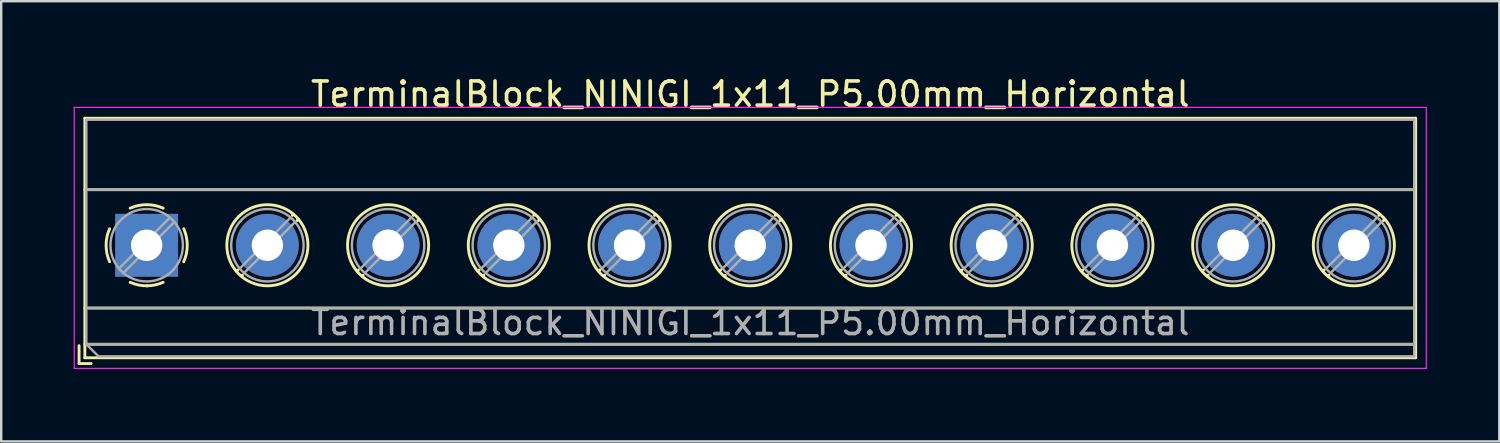
<source format=kicad_pcb>
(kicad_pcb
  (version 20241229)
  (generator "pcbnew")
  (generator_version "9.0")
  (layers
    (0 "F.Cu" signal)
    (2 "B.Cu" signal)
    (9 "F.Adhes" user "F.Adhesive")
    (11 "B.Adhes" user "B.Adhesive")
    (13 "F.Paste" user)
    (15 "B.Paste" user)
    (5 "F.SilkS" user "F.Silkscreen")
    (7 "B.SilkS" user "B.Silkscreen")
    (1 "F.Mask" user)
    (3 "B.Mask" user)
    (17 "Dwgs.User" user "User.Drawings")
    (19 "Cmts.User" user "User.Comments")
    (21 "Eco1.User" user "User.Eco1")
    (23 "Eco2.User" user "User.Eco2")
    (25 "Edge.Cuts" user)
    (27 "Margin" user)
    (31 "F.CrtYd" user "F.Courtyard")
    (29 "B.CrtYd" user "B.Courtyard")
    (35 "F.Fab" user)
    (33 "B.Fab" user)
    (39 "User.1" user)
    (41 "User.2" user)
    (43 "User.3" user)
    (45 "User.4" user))
  (footprint "TerminalBlock_NINIGI_1x11_P5.00mm_Horizontal"
    (layer "F.Cu")
    (at 3.025 7.108)
    (property "Reference" "TerminalBlock_NINIGI_1x11_P5.00mm_Horizontal" (at 25 -6.26 0) (layer "F.SilkS") (effects (font (size 1 1) (thickness 0.15))))
    (attr through_hole)
    (fp_line (start -2.8 4.16) (end -2.8 4.9) (stroke (width 0.12) (type solid)) (layer "F.SilkS"))
    (fp_line (start -2.8 4.9) (end -2.3 4.9) (stroke (width 0.12) (type solid)) (layer "F.SilkS"))
    (fp_line (start -2.56 -5.261) (end -2.56 4.66) (stroke (width 0.12) (type solid)) (layer "F.SilkS"))
    (fp_line (start -2.56 -5.261) (end 52.56 -5.261) (stroke (width 0.12) (type solid)) (layer "F.SilkS"))
    (fp_line (start -2.56 -2.301) (end 52.56 -2.301) (stroke (width 0.12) (type solid)) (layer "F.SilkS"))
    (fp_line (start -2.56 2.6) (end 52.56 2.6) (stroke (width 0.12) (type solid)) (layer "F.SilkS"))
    (fp_line (start -2.56 4.1) (end 52.56 4.1) (stroke (width 0.12) (type solid)) (layer "F.SilkS"))
    (fp_line (start -2.56 4.66) (end 52.56 4.66) (stroke (width 0.12) (type solid)) (layer "F.SilkS"))
    (fp_line (start 3.773 1.023) (end 3.726 1.069) (stroke (width 0.12) (type solid)) (layer "F.SilkS"))
    (fp_line (start 3.966 1.239) (end 3.931 1.274) (stroke (width 0.12) (type solid)) (layer "F.SilkS"))
    (fp_line (start 6.07 -1.275) (end 6.035 -1.239) (stroke (width 0.12) (type solid)) (layer "F.SilkS"))
    (fp_line (start 6.275 -1.069) (end 6.228 -1.023) (stroke (width 0.12) (type solid)) (layer "F.SilkS"))
    (fp_line (start 8.773 1.023) (end 8.726 1.069) (stroke (width 0.12) (type solid)) (layer "F.SilkS"))
    (fp_line (start 8.966 1.239) (end 8.931 1.274) (stroke (width 0.12) (type solid)) (layer "F.SilkS"))
    (fp_line (start 11.07 -1.275) (end 11.035 -1.239) (stroke (width 0.12) (type solid)) (layer "F.SilkS"))
    (fp_line (start 11.275 -1.069) (end 11.228 -1.023) (stroke (width 0.12) (type solid)) (layer "F.SilkS"))
    (fp_line (start 13.773 1.023) (end 13.726 1.069) (stroke (width 0.12) (type solid)) (layer "F.SilkS"))
    (fp_line (start 13.966 1.239) (end 13.931 1.274) (stroke (width 0.12) (type solid)) (layer "F.SilkS"))
    (fp_line (start 16.07 -1.275) (end 16.035 -1.239) (stroke (width 0.12) (type solid)) (layer "F.SilkS"))
    (fp_line (start 16.275 -1.069) (end 16.228 -1.023) (stroke (width 0.12) (type solid)) (layer "F.SilkS"))
    (fp_line (start 18.773 1.023) (end 18.726 1.069) (stroke (width 0.12) (type solid)) (layer "F.SilkS"))
    (fp_line (start 18.966 1.239) (end 18.931 1.274) (stroke (width 0.12) (type solid)) (layer "F.SilkS"))
    (fp_line (start 21.07 -1.275) (end 21.035 -1.239) (stroke (width 0.12) (type solid)) (layer "F.SilkS"))
    (fp_line (start 21.275 -1.069) (end 21.228 -1.023) (stroke (width 0.12) (type solid)) (layer "F.SilkS"))
    (fp_line (start 23.773 1.023) (end 23.726 1.069) (stroke (width 0.12) (type solid)) (layer "F.SilkS"))
    (fp_line (start 23.966 1.239) (end 23.931 1.274) (stroke (width 0.12) (type solid)) (layer "F.SilkS"))
    (fp_line (start 26.07 -1.275) (end 26.035 -1.239) (stroke (width 0.12) (type solid)) (layer "F.SilkS"))
    (fp_line (start 26.275 -1.069) (end 26.228 -1.023) (stroke (width 0.12) (type solid)) (layer "F.SilkS"))
    (fp_line (start 28.773 1.023) (end 28.726 1.069) (stroke (width 0.12) (type solid)) (layer "F.SilkS"))
    (fp_line (start 28.966 1.239) (end 28.931 1.274) (stroke (width 0.12) (type solid)) (layer "F.SilkS"))
    (fp_line (start 31.07 -1.275) (end 31.035 -1.239) (stroke (width 0.12) (type solid)) (layer "F.SilkS"))
    (fp_line (start 31.275 -1.069) (end 31.228 -1.023) (stroke (width 0.12) (type solid)) (layer "F.SilkS"))
    (fp_line (start 33.773 1.023) (end 33.726 1.069) (stroke (width 0.12) (type solid)) (layer "F.SilkS"))
    (fp_line (start 33.966 1.239) (end 33.931 1.274) (stroke (width 0.12) (type solid)) (layer "F.SilkS"))
    (fp_line (start 36.07 -1.275) (end 36.035 -1.239) (stroke (width 0.12) (type solid)) (layer "F.SilkS"))
    (fp_line (start 36.275 -1.069) (end 36.228 -1.023) (stroke (width 0.12) (type solid)) (layer "F.SilkS"))
    (fp_line (start 38.773 1.023) (end 38.726 1.069) (stroke (width 0.12) (type solid)) (layer "F.SilkS"))
    (fp_line (start 38.966 1.239) (end 38.931 1.274) (stroke (width 0.12) (type solid)) (layer "F.SilkS"))
    (fp_line (start 41.07 -1.275) (end 41.035 -1.239) (stroke (width 0.12) (type solid)) (layer "F.SilkS"))
    (fp_line (start 41.275 -1.069) (end 41.228 -1.023) (stroke (width 0.12) (type solid)) (layer "F.SilkS"))
    (fp_line (start 43.773 1.023) (end 43.726 1.069) (stroke (width 0.12) (type solid)) (layer "F.SilkS"))
    (fp_line (start 43.966 1.239) (end 43.931 1.274) (stroke (width 0.12) (type solid)) (layer "F.SilkS"))
    (fp_line (start 46.07 -1.275) (end 46.035 -1.239) (stroke (width 0.12) (type solid)) (layer "F.SilkS"))
    (fp_line (start 46.275 -1.069) (end 46.228 -1.023) (stroke (width 0.12) (type solid)) (layer "F.SilkS"))
    (fp_line (start 48.773 1.023) (end 48.726 1.069) (stroke (width 0.12) (type solid)) (layer "F.SilkS"))
    (fp_line (start 48.966 1.239) (end 48.931 1.274) (stroke (width 0.12) (type solid)) (layer "F.SilkS"))
    (fp_line (start 51.07 -1.275) (end 51.035 -1.239) (stroke (width 0.12) (type solid)) (layer "F.SilkS"))
    (fp_line (start 51.275 -1.069) (end 51.228 -1.023) (stroke (width 0.12) (type solid)) (layer "F.SilkS"))
    (fp_line (start 52.56 -5.261) (end 52.56 4.66) (stroke (width 0.12) (type solid)) (layer "F.SilkS"))
    (fp_arc (start -1.535427 0.683042) (mid -1.680501 -0.000524) (end -1.535 -0.684) (stroke (width 0.12) (type solid)) (layer "F.SilkS"))
    (fp_arc (start -0.683042 -1.535427) (mid 0.000524 -1.680501) (end 0.684 -1.535) (stroke (width 0.12) (type solid)) (layer "F.SilkS"))
    (fp_arc (start 0.028805 1.680253) (mid -0.335551 1.646659) (end -0.684 1.535) (stroke (width 0.12) (type solid)) (layer "F.SilkS"))
    (fp_arc (start 0.683318 1.534756) (mid 0.349292 1.643288) (end 0 1.68) (stroke (width 0.12) (type solid)) (layer "F.SilkS"))
    (fp_arc (start 1.535427 -0.683042) (mid 1.680501 0.000524) (end 1.535 0.684) (stroke (width 0.12) (type solid)) (layer "F.SilkS"))
    (fp_circle (center 5 0) (end 6.68 0) (stroke (width 0.12) (type solid)) (fill no) (layer "F.SilkS"))
    (fp_circle (center 10 0) (end 11.68 0) (stroke (width 0.12) (type solid)) (fill no) (layer "F.SilkS"))
    (fp_circle (center 15 0) (end 16.68 0) (stroke (width 0.12) (type solid)) (fill no) (layer "F.SilkS"))
    (fp_circle (center 20 0) (end 21.68 0) (stroke (width 0.12) (type solid)) (fill no) (layer "F.SilkS"))
    (fp_circle (center 25 0) (end 26.68 0) (stroke (width 0.12) (type solid)) (fill no) (layer "F.SilkS"))
    (fp_circle (center 30 0) (end 31.68 0) (stroke (width 0.12) (type solid)) (fill no) (layer "F.SilkS"))
    (fp_circle (center 35 0) (end 36.68 0) (stroke (width 0.12) (type solid)) (fill no) (layer "F.SilkS"))
    (fp_circle (center 40 0) (end 41.68 0) (stroke (width 0.12) (type solid)) (fill no) (layer "F.SilkS"))
    (fp_circle (center 45 0) (end 46.68 0) (stroke (width 0.12) (type solid)) (fill no) (layer "F.SilkS"))
    (fp_circle (center 50 0) (end 51.68 0) (stroke (width 0.12) (type solid)) (fill no) (layer "F.SilkS"))
    (fp_line (start -3 -5.71) (end -3 5.1) (stroke (width 0.05) (type solid)) (layer "F.CrtYd"))
    (fp_line (start -3 5.1) (end 53 5.1) (stroke (width 0.05) (type solid)) (layer "F.CrtYd"))
    (fp_line (start 53 -5.71) (end -3 -5.71) (stroke (width 0.05) (type solid)) (layer "F.CrtYd"))
    (fp_line (start 53 5.1) (end 53 -5.71) (stroke (width 0.05) (type solid)) (layer "F.CrtYd"))
    (fp_line (start -2.5 -5.2) (end 52.5 -5.2) (stroke (width 0.1) (type solid)) (layer "F.Fab"))
    (fp_line (start -2.5 -2.3) (end 52.5 -2.3) (stroke (width 0.1) (type solid)) (layer "F.Fab"))
    (fp_line (start -2.5 2.6) (end 52.5 2.6) (stroke (width 0.1) (type solid)) (layer "F.Fab"))
    (fp_line (start -2.5 4.1) (end -2.5 -5.2) (stroke (width 0.1) (type solid)) (layer "F.Fab"))
    (fp_line (start -2.5 4.1) (end 52.5 4.1) (stroke (width 0.1) (type solid)) (layer "F.Fab"))
    (fp_line (start -2 4.6) (end -2.5 4.1) (stroke (width 0.1) (type solid)) (layer "F.Fab"))
    (fp_line (start 0.955 -1.138) (end -1.138 0.955) (stroke (width 0.1) (type solid)) (layer "F.Fab"))
    (fp_line (start 1.138 -0.955) (end -0.955 1.138) (stroke (width 0.1) (type solid)) (layer "F.Fab"))
    (fp_line (start 5.955 -1.138) (end 3.863 0.955) (stroke (width 0.1) (type solid)) (layer "F.Fab"))
    (fp_line (start 6.138 -0.955) (end 4.046 1.138) (stroke (width 0.1) (type solid)) (layer "F.Fab"))
    (fp_line (start 10.955 -1.138) (end 8.863 0.955) (stroke (width 0.1) (type solid)) (layer "F.Fab"))
    (fp_line (start 11.138 -0.955) (end 9.046 1.138) (stroke (width 0.1) (type solid)) (layer "F.Fab"))
    (fp_line (start 15.955 -1.138) (end 13.863 0.955) (stroke (width 0.1) (type solid)) (layer "F.Fab"))
    (fp_line (start 16.138 -0.955) (end 14.046 1.138) (stroke (width 0.1) (type solid)) (layer "F.Fab"))
    (fp_line (start 20.955 -1.138) (end 18.863 0.955) (stroke (width 0.1) (type solid)) (layer "F.Fab"))
    (fp_line (start 21.138 -0.955) (end 19.046 1.138) (stroke (width 0.1) (type solid)) (layer "F.Fab"))
    (fp_line (start 25.955 -1.138) (end 23.863 0.955) (stroke (width 0.1) (type solid)) (layer "F.Fab"))
    (fp_line (start 26.138 -0.955) (end 24.046 1.138) (stroke (width 0.1) (type solid)) (layer "F.Fab"))
    (fp_line (start 30.955 -1.138) (end 28.863 0.955) (stroke (width 0.1) (type solid)) (layer "F.Fab"))
    (fp_line (start 31.138 -0.955) (end 29.046 1.138) (stroke (width 0.1) (type solid)) (layer "F.Fab"))
    (fp_line (start 35.955 -1.138) (end 33.863 0.955) (stroke (width 0.1) (type solid)) (layer "F.Fab"))
    (fp_line (start 36.138 -0.955) (end 34.046 1.138) (stroke (width 0.1) (type solid)) (layer "F.Fab"))
    (fp_line (start 40.955 -1.138) (end 38.863 0.955) (stroke (width 0.1) (type solid)) (layer "F.Fab"))
    (fp_line (start 41.138 -0.955) (end 39.046 1.138) (stroke (width 0.1) (type solid)) (layer "F.Fab"))
    (fp_line (start 45.955 -1.138) (end 43.863 0.955) (stroke (width 0.1) (type solid)) (layer "F.Fab"))
    (fp_line (start 46.138 -0.955) (end 44.046 1.138) (stroke (width 0.1) (type solid)) (layer "F.Fab"))
    (fp_line (start 50.955 -1.138) (end 48.863 0.955) (stroke (width 0.1) (type solid)) (layer "F.Fab"))
    (fp_line (start 51.138 -0.955) (end 49.046 1.138) (stroke (width 0.1) (type solid)) (layer "F.Fab"))
    (fp_line (start 52.5 -5.2) (end 52.5 4.6) (stroke (width 0.1) (type solid)) (layer "F.Fab"))
    (fp_line (start 52.5 4.6) (end -2 4.6) (stroke (width 0.1) (type solid)) (layer "F.Fab"))
    (fp_circle (center 0 0) (end 1.5 0) (stroke (width 0.1) (type solid)) (fill no) (layer "F.Fab"))
    (fp_circle (center 5 0) (end 6.5 0) (stroke (width 0.1) (type solid)) (fill no) (layer "F.Fab"))
    (fp_circle (center 10 0) (end 11.5 0) (stroke (width 0.1) (type solid)) (fill no) (layer "F.Fab"))
    (fp_circle (center 15 0) (end 16.5 0) (stroke (width 0.1) (type solid)) (fill no) (layer "F.Fab"))
    (fp_circle (center 20 0) (end 21.5 0) (stroke (width 0.1) (type solid)) (fill no) (layer "F.Fab"))
    (fp_circle (center 25 0) (end 26.5 0) (stroke (width 0.1) (type solid)) (fill no) (layer "F.Fab"))
    (fp_circle (center 30 0) (end 31.5 0) (stroke (width 0.1) (type solid)) (fill no) (layer "F.Fab"))
    (fp_circle (center 35 0) (end 36.5 0) (stroke (width 0.1) (type solid)) (fill no) (layer "F.Fab"))
    (fp_circle (center 40 0) (end 41.5 0) (stroke (width 0.1) (type solid)) (fill no) (layer "F.Fab"))
    (fp_circle (center 45 0) (end 46.5 0) (stroke (width 0.1) (type solid)) (fill no) (layer "F.Fab"))
    (fp_circle (center 50 0) (end 51.5 0) (stroke (width 0.1) (type solid)) (fill no) (layer "F.Fab"))
    (fp_text user "${REFERENCE}" (at 25 3.2 0) (layer "F.Fab") (effects (font (size 1 1) (thickness 0.15))))
    (pad "1" thru_hole rect (at 0 0) (size 2.6 2.6) (drill 1.3) (layers "*.Cu" "*.Mask"))
    (pad "2" thru_hole circle (at 5 0) (size 2.6 2.6) (drill 1.3) (layers "*.Cu" "*.Mask"))
    (pad "3" thru_hole circle (at 10 0) (size 2.6 2.6) (drill 1.3) (layers "*.Cu" "*.Mask"))
    (pad "4" thru_hole circle (at 15 0) (size 2.6 2.6) (drill 1.3) (layers "*.Cu" "*.Mask"))
    (pad "5" thru_hole circle (at 20 0) (size 2.6 2.6) (drill 1.3) (layers "*.Cu" "*.Mask"))
    (pad "6" thru_hole circle (at 25 0) (size 2.6 2.6) (drill 1.3) (layers "*.Cu" "*.Mask"))
    (pad "7" thru_hole circle (at 30 0) (size 2.6 2.6) (drill 1.3) (layers "*.Cu" "*.Mask"))
    (pad "8" thru_hole circle (at 35 0) (size 2.6 2.6) (drill 1.3) (layers "*.Cu" "*.Mask"))
    (pad "9" thru_hole circle (at 40 0) (size 2.6 2.6) (drill 1.3) (layers "*.Cu" "*.Mask"))
    (pad "10" thru_hole circle (at 45 0) (size 2.6 2.6) (drill 1.3) (layers "*.Cu" "*.Mask"))
    (pad "11" thru_hole circle (at 50 0) (size 2.6 2.6) (drill 1.3) (layers "*.Cu" "*.Mask")))
  (gr_rect
    (start -3 -3)
    (end 59.05 15.233)
    (stroke (width 0.1) (type default))
    (fill no)
    (layer "Edge.Cuts")))
</source>
